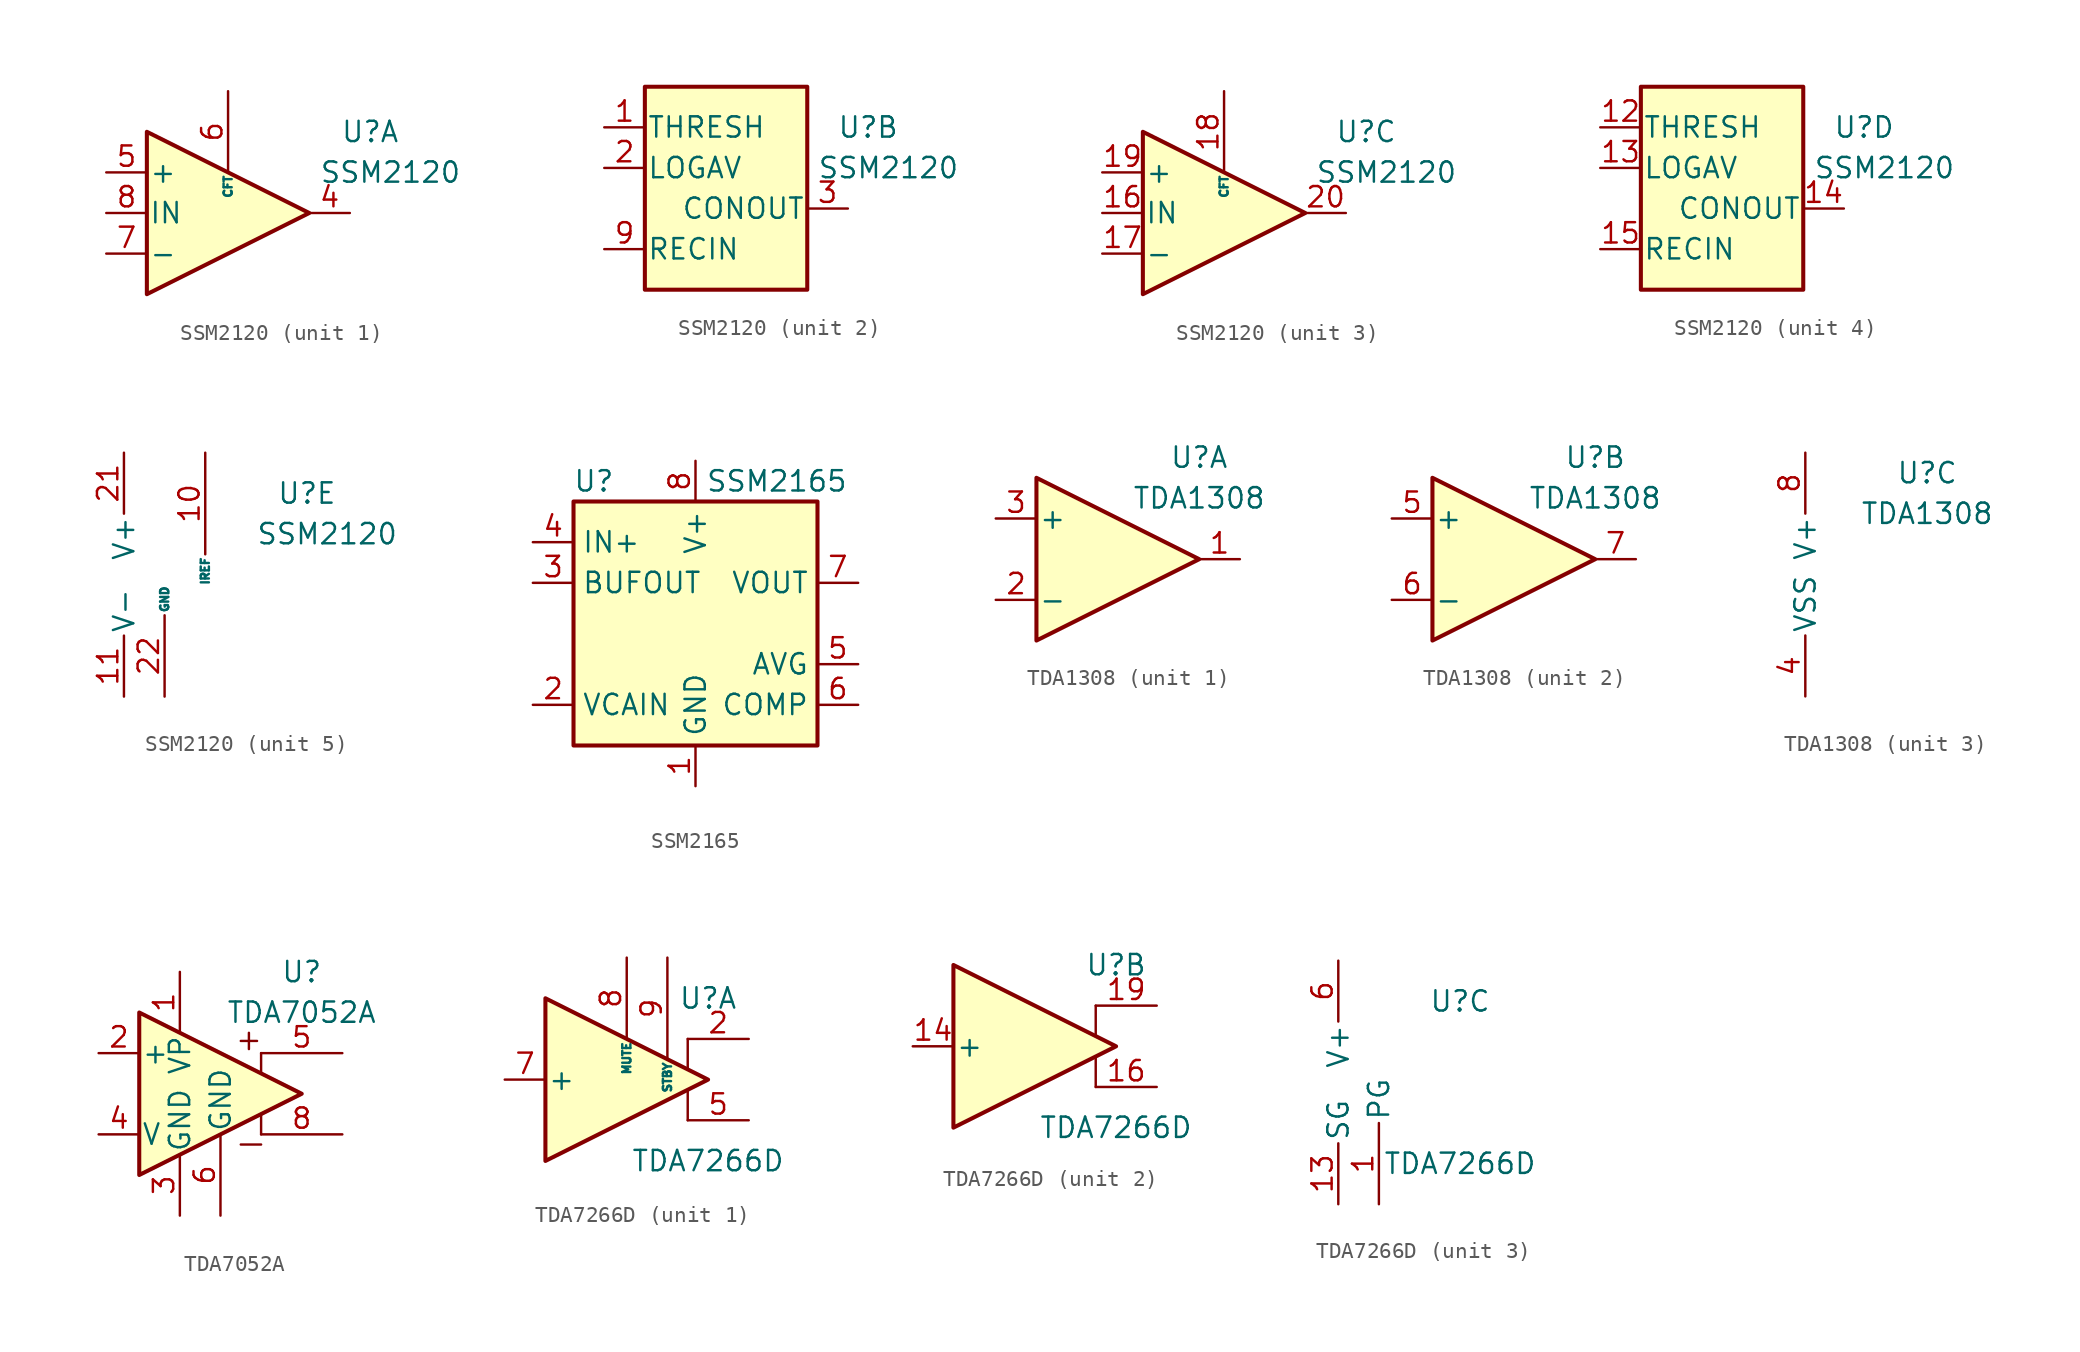
<source format=kicad_sym>
(kicad_symbol_lib
  (version 20201005)
  (generator kicad_symbol_editor)
  (symbol "Amplifier_Audio:SSM2120"
    (pin_names
      (offset 0.127))
    (property "Reference" "U"
      (at 8.89 5.08 0)
      (effects (font (size 1.27 1.27))))
    (property "Value" "SSM2120"
      (at 10.16 2.54 0)
      (effects (font (size 1.27 1.27))))
    (property "ki_locked" ""
      (at 0 0 0)
      (effects (font (size 1.27 1.27))))
    (symbol "SSM2120_1_1"
      (polyline (pts (xy -5.08 5.08) (xy 5.08 0) (xy -5.08 -5.08) (xy -5.08 5.08)) (stroke (width 0.254)) (fill (type background)))
      (pin output line (at 7.62 0 180) (length 2.54) (name "~" (effects (font (size 1.27 1.27)))) (number "4" (effects (font (size 1.27 1.27)))))
      (pin input line (at -7.62 2.54 0) (length 2.54) (name "+" (effects (font (size 1.27 1.27)))) (number "5" (effects (font (size 1.27 1.27)))))
      (pin input line (at 0 7.62 270) (length 5.08) (name "CFT" (effects (font (size 0.508 0.508)))) (number "6" (effects (font (size 1.27 1.27)))))
      (pin input line (at -7.62 -2.54 0) (length 2.54) (name "-" (effects (font (size 1.27 1.27)))) (number "7" (effects (font (size 1.27 1.27)))))
      (pin input line (at -7.62 0 0) (length 2.54) (name "IN" (effects (font (size 1.27 1.27)))) (number "8" (effects (font (size 1.27 1.27))))))
    (symbol "SSM2120_2_1"
      (rectangle (start -5.08 7.62) (end 5.08 -5.08) (stroke (width 0.254)) (fill (type background)))
      (pin input line (at -7.62 5.08 0) (length 2.54) (name "THRESH" (effects (font (size 1.27 1.27)))) (number "1" (effects (font (size 1.27 1.27)))))
      (pin input line (at -7.62 2.54 0) (length 2.54) (name "LOGAV" (effects (font (size 1.27 1.27)))) (number "2" (effects (font (size 1.27 1.27)))))
      (pin input line (at 7.62 0 180) (length 2.54) (name "CONOUT" (effects (font (size 1.27 1.27)))) (number "3" (effects (font (size 1.27 1.27)))))
      (pin input line (at -7.62 -2.54 0) (length 2.54) (name "RECIN" (effects (font (size 1.27 1.27)))) (number "9" (effects (font (size 1.27 1.27))))))
    (symbol "SSM2120_3_1"
      (polyline (pts (xy -5.08 5.08) (xy 5.08 0) (xy -5.08 -5.08) (xy -5.08 5.08)) (stroke (width 0.254)) (fill (type background)))
      (pin input line (at -7.62 0 0) (length 2.54) (name "IN" (effects (font (size 1.27 1.27)))) (number "16" (effects (font (size 1.27 1.27)))))
      (pin input line (at -7.62 -2.54 0) (length 2.54) (name "-" (effects (font (size 1.27 1.27)))) (number "17" (effects (font (size 1.27 1.27)))))
      (pin input line (at 0 7.62 270) (length 5.08) (name "CFT" (effects (font (size 0.508 0.508)))) (number "18" (effects (font (size 1.27 1.27)))))
      (pin input line (at -7.62 2.54 0) (length 2.54) (name "+" (effects (font (size 1.27 1.27)))) (number "19" (effects (font (size 1.27 1.27)))))
      (pin output line (at 7.62 0 180) (length 2.54) (name "~" (effects (font (size 1.27 1.27)))) (number "20" (effects (font (size 1.27 1.27))))))
    (symbol "SSM2120_4_1"
      (rectangle (start -5.08 7.62) (end 5.08 -5.08) (stroke (width 0.254)) (fill (type background)))
      (pin input line (at -7.62 5.08 0) (length 2.54) (name "THRESH" (effects (font (size 1.27 1.27)))) (number "12" (effects (font (size 1.27 1.27)))))
      (pin input line (at -7.62 2.54 0) (length 2.54) (name "LOGAV" (effects (font (size 1.27 1.27)))) (number "13" (effects (font (size 1.27 1.27)))))
      (pin input line (at 7.62 0 180) (length 2.54) (name "CONOUT" (effects (font (size 1.27 1.27)))) (number "14" (effects (font (size 1.27 1.27)))))
      (pin input line (at -7.62 -2.54 0) (length 2.54) (name "RECIN" (effects (font (size 1.27 1.27)))) (number "15" (effects (font (size 1.27 1.27))))))
    (symbol "SSM2120_5_0"
      (pin input line (at 2.54 7.62 270) (length 6.35) (name "IREF" (effects (font (size 0.508 0.508)))) (number "10" (effects (font (size 1.27 1.27)))))
      (pin power_in line (at -2.54 -7.62 90) (length 3.81) (name "V-" (effects (font (size 1.27 1.27)))) (number "11" (effects (font (size 1.27 1.27)))))
      (pin power_in line (at -2.54 7.62 270) (length 3.81) (name "V+" (effects (font (size 1.27 1.27)))) (number "21" (effects (font (size 1.27 1.27)))))
      (pin power_in line (at 0 -7.62 90) (length 5.08) (name "GND" (effects (font (size 0.508 0.508)))) (number "22" (effects (font (size 1.27 1.27)))))))
  (symbol "Amplifier_Audio:SSM2165"
    (property "Reference" "U"
      (at -6.35 8.89 0)
      (effects (font (size 1.27 1.27))))
    (property "Value" "SSM2165"
      (at 5.08 8.89 0)
      (effects (font (size 1.27 1.27))))
    (symbol "SSM2165_0_1"
      (rectangle (start -7.62 7.62) (end 7.62 -7.62) (stroke (width 0.254)) (fill (type background))))
    (symbol "SSM2165_1_1"
      (pin power_in line (at 0 -10.16 90) (length 2.54) (name "GND" (effects (font (size 1.27 1.27)))) (number "1" (effects (font (size 1.27 1.27)))))
      (pin input line (at -10.16 -5.08 0) (length 2.54) (name "VCAIN" (effects (font (size 1.27 1.27)))) (number "2" (effects (font (size 1.27 1.27)))))
      (pin output line (at -10.16 2.54 0) (length 2.54) (name "BUFOUT" (effects (font (size 1.27 1.27)))) (number "3" (effects (font (size 1.27 1.27)))))
      (pin input line (at -10.16 5.08 0) (length 2.54) (name "IN+" (effects (font (size 1.27 1.27)))) (number "4" (effects (font (size 1.27 1.27)))))
      (pin passive line (at 10.16 -2.54 180) (length 2.54) (name "AVG" (effects (font (size 1.27 1.27)))) (number "5" (effects (font (size 1.27 1.27)))))
      (pin passive line (at 10.16 -5.08 180) (length 2.54) (name "COMP" (effects (font (size 1.27 1.27)))) (number "6" (effects (font (size 1.27 1.27)))))
      (pin output line (at 10.16 2.54 180) (length 2.54) (name "VOUT" (effects (font (size 1.27 1.27)))) (number "7" (effects (font (size 1.27 1.27)))))
      (pin power_in line (at 0 10.16 270) (length 2.54) (name "V+" (effects (font (size 1.27 1.27)))) (number "8" (effects (font (size 1.27 1.27)))))))
  (symbol "Amplifier_Audio:TDA1308"
    (pin_names
      (offset 0.127))
    (property "Reference" "U"
      (at 5.08 6.35 0)
      (effects (font (size 1.27 1.27))))
    (property "Value" "TDA1308"
      (at 5.08 3.81 0)
      (effects (font (size 1.27 1.27))))
    (property "ki_locked" ""
      (at 0 0 0)
      (effects (font (size 1.27 1.27))))
    (symbol "TDA1308_1_1"
      (polyline (pts (xy -5.08 5.08) (xy 5.08 0) (xy -5.08 -5.08) (xy -5.08 5.08)) (stroke (width 0.254)) (fill (type background)))
      (pin output line (at 7.62 0 180) (length 2.54) (name "~" (effects (font (size 1.27 1.27)))) (number "1" (effects (font (size 1.27 1.27)))))
      (pin input line (at -7.62 -2.54 0) (length 2.54) (name "-" (effects (font (size 1.27 1.27)))) (number "2" (effects (font (size 1.27 1.27)))))
      (pin input line (at -7.62 2.54 0) (length 2.54) (name "+" (effects (font (size 1.27 1.27)))) (number "3" (effects (font (size 1.27 1.27))))))
    (symbol "TDA1308_2_1"
      (polyline (pts (xy -5.08 5.08) (xy 5.08 0) (xy -5.08 -5.08) (xy -5.08 5.08)) (stroke (width 0.254)) (fill (type background)))
      (pin input line (at -7.62 2.54 0) (length 2.54) (name "+" (effects (font (size 1.27 1.27)))) (number "5" (effects (font (size 1.27 1.27)))))
      (pin input line (at -7.62 -2.54 0) (length 2.54) (name "-" (effects (font (size 1.27 1.27)))) (number "6" (effects (font (size 1.27 1.27)))))
      (pin output line (at 7.62 0 180) (length 2.54) (name "~" (effects (font (size 1.27 1.27)))) (number "7" (effects (font (size 1.27 1.27))))))
    (symbol "TDA1308_3_1"
      (pin power_in line (at -2.54 -7.62 90) (length 3.81) (name "VSS" (effects (font (size 1.27 1.27)))) (number "4" (effects (font (size 1.27 1.27)))))
      (pin power_in line (at -2.54 7.62 270) (length 3.81) (name "V+" (effects (font (size 1.27 1.27)))) (number "8" (effects (font (size 1.27 1.27)))))))
  (symbol "Amplifier_Audio:TDA7052A"
    (pin_names
      (offset 0.127))
    (property "Reference" "U"
      (at 5.08 7.62 0)
      (effects (font (size 1.27 1.27))))
    (property "Value" "TDA7052A"
      (at 5.08 5.08 0)
      (effects (font (size 1.27 1.27))))
    (symbol "TDA7052A_0_1"
      (polyline (pts (xy 1.27 -3.175) (xy 2.54 -3.175)) (stroke (width 0)) (fill (type none)))
      (polyline (pts (xy 2.54 -1.27) (xy 2.54 -2.54)) (stroke (width 0)) (fill (type none)))
      (polyline (pts (xy 2.54 2.54) (xy 2.54 1.27)) (stroke (width 0)) (fill (type none)))
      (polyline (pts (xy 5.08 0) (xy -5.08 5.08) (xy -5.08 -5.08) (xy 5.08 0)) (stroke (width 0.254)) (fill (type background))))
    (symbol "TDA7052A_1_1"
      (polyline (pts (xy 1.778 3.81) (xy 1.778 2.794)) (stroke (width 0)) (fill (type none)))
      (polyline (pts (xy 2.286 3.302) (xy 1.27 3.302)) (stroke (width 0)) (fill (type none)))
      (pin power_in line (at -2.54 7.62 270) (length 3.81) (name "VP" (effects (font (size 1.27 1.27)))) (number "1" (effects (font (size 1.27 1.27)))))
      (pin input line (at -7.62 2.54 0) (length 2.54) (name "+" (effects (font (size 1.27 1.27)))) (number "2" (effects (font (size 1.27 1.27)))))
      (pin power_in line (at -2.54 -7.62 90) (length 3.81) (name "GND" (effects (font (size 1.27 1.27)))) (number "3" (effects (font (size 1.27 1.27)))))
      (pin input line (at -7.62 -2.54 0) (length 2.54) (name "V" (effects (font (size 1.27 1.27)))) (number "4" (effects (font (size 1.27 1.27)))))
      (pin output line (at 7.62 2.54 180) (length 5.08) (name "~" (effects (font (size 1.27 1.27)))) (number "5" (effects (font (size 1.27 1.27)))))
      (pin power_in line (at 0 -7.62 90) (length 5.08) (name "GND" (effects (font (size 1.27 1.27)))) (number "6" (effects (font (size 1.27 1.27)))))
      (pin no_connect line (at 0 2.54 270) (length 2.54) hide (name "NC" (effects (font (size 1.27 1.27)))) (number "7" (effects (font (size 1.27 1.27)))))
      (pin output line (at 7.62 -2.54 180) (length 5.08) (name "~" (effects (font (size 1.27 1.27)))) (number "8" (effects (font (size 1.27 1.27)))))))
  (symbol "Amplifier_Audio:TDA7266D"
    (pin_names
      (offset 0.127))
    (property "Reference" "U"
      (at 5.08 5.08 0)
      (effects (font (size 1.27 1.27))))
    (property "Value" "TDA7266D"
      (at 5.08 -5.08 0)
      (effects (font (size 1.27 1.27))))
    (property "ki_locked" ""
      (at 0 0 0)
      (effects (font (size 1.27 1.27))))
    (symbol "TDA7266D_1_1"
      (polyline (pts (xy 3.81 -0.635) (xy 3.81 -2.54)) (stroke (width 0)) (fill (type none)))
      (polyline (pts (xy 3.81 2.54) (xy 3.81 0.635)) (stroke (width 0)) (fill (type none)))
      (polyline (pts (xy 5.08 0) (xy -5.08 5.08) (xy -5.08 -5.08) (xy 5.08 0)) (stroke (width 0.254)) (fill (type background)))
      (pin no_connect line (at 2.54 2.54 270) (length 2.54) hide (name "NC" (effects (font (size 1.27 1.27)))) (number "12" (effects (font (size 1.27 1.27)))))
      (pin no_connect line (at -2.54 -2.54 90) (length 2.54) hide (name "NC" (effects (font (size 1.27 1.27)))) (number "17" (effects (font (size 1.27 1.27)))))
      (pin no_connect line (at 0 -2.54 90) (length 2.54) hide (name "NC" (effects (font (size 1.27 1.27)))) (number "18" (effects (font (size 1.27 1.27)))))
      (pin output line (at 7.62 2.54 180) (length 3.81) (name "~" (effects (font (size 1.27 1.27)))) (number "2" (effects (font (size 1.27 1.27)))))
      (pin no_connect line (at -2.54 2.54 270) (length 2.54) hide (name "NC" (effects (font (size 1.27 1.27)))) (number "3" (effects (font (size 1.27 1.27)))))
      (pin no_connect line (at 0 2.54 270) (length 2.54) hide (name "NC" (effects (font (size 1.27 1.27)))) (number "4" (effects (font (size 1.27 1.27)))))
      (pin output line (at 7.62 -2.54 180) (length 3.81) (name "~" (effects (font (size 1.27 1.27)))) (number "5" (effects (font (size 1.27 1.27)))))
      (pin input line (at -7.62 0 0) (length 2.54) (name "+" (effects (font (size 1.27 1.27)))) (number "7" (effects (font (size 1.27 1.27)))))
      (pin input line (at 0 7.62 270) (length 5.08) (name "MUTE" (effects (font (size 0.508 0.508)))) (number "8" (effects (font (size 1.27 1.27)))))
      (pin input line (at 2.54 7.62 270) (length 6.35) (name "STBY" (effects (font (size 0.508 0.508)))) (number "9" (effects (font (size 1.27 1.27))))))
    (symbol "TDA7266D_2_1"
      (polyline (pts (xy 3.81 -0.635) (xy 3.81 -2.54)) (stroke (width 0)) (fill (type none)))
      (polyline (pts (xy 3.81 2.54) (xy 3.81 0.635)) (stroke (width 0)) (fill (type none)))
      (polyline (pts (xy 5.08 0) (xy -5.08 5.08) (xy -5.08 -5.08) (xy 5.08 0)) (stroke (width 0.254)) (fill (type background)))
      (pin input line (at -7.62 0 0) (length 2.54) (name "+" (effects (font (size 1.27 1.27)))) (number "14" (effects (font (size 1.27 1.27)))))
      (pin output line (at 7.62 -2.54 180) (length 3.81) (name "~" (effects (font (size 1.27 1.27)))) (number "16" (effects (font (size 1.27 1.27)))))
      (pin output line (at 7.62 2.54 180) (length 3.81) (name "~" (effects (font (size 1.27 1.27)))) (number "19" (effects (font (size 1.27 1.27))))))
    (symbol "TDA7266D_3_1"
      (pin power_in line (at 0 -7.62 90) (length 5.08) (name "PG" (effects (font (size 1.27 1.27)))) (number "1" (effects (font (size 1.27 1.27)))))
      (pin passive line (at 0 -7.62 90) (length 5.08) hide (name "PG" (effects (font (size 1.27 1.27)))) (number "10" (effects (font (size 1.27 1.27)))))
      (pin passive line (at 0 -7.62 90) (length 5.08) hide (name "PG" (effects (font (size 1.27 1.27)))) (number "11" (effects (font (size 1.27 1.27)))))
      (pin power_in line (at -2.54 -7.62 90) (length 3.81) (name "SG" (effects (font (size 1.27 1.27)))) (number "13" (effects (font (size 1.27 1.27)))))
      (pin passive line (at -2.54 7.62 270) (length 3.81) hide (name "V+" (effects (font (size 1.27 1.27)))) (number "15" (effects (font (size 1.27 1.27)))))
      (pin passive line (at 0 -7.62 90) (length 5.08) hide (name "PG" (effects (font (size 1.27 1.27)))) (number "20" (effects (font (size 1.27 1.27)))))
      (pin power_in line (at -2.54 7.62 270) (length 3.81) (name "V+" (effects (font (size 1.27 1.27)))) (number "6" (effects (font (size 1.27 1.27))))))))
</source>
